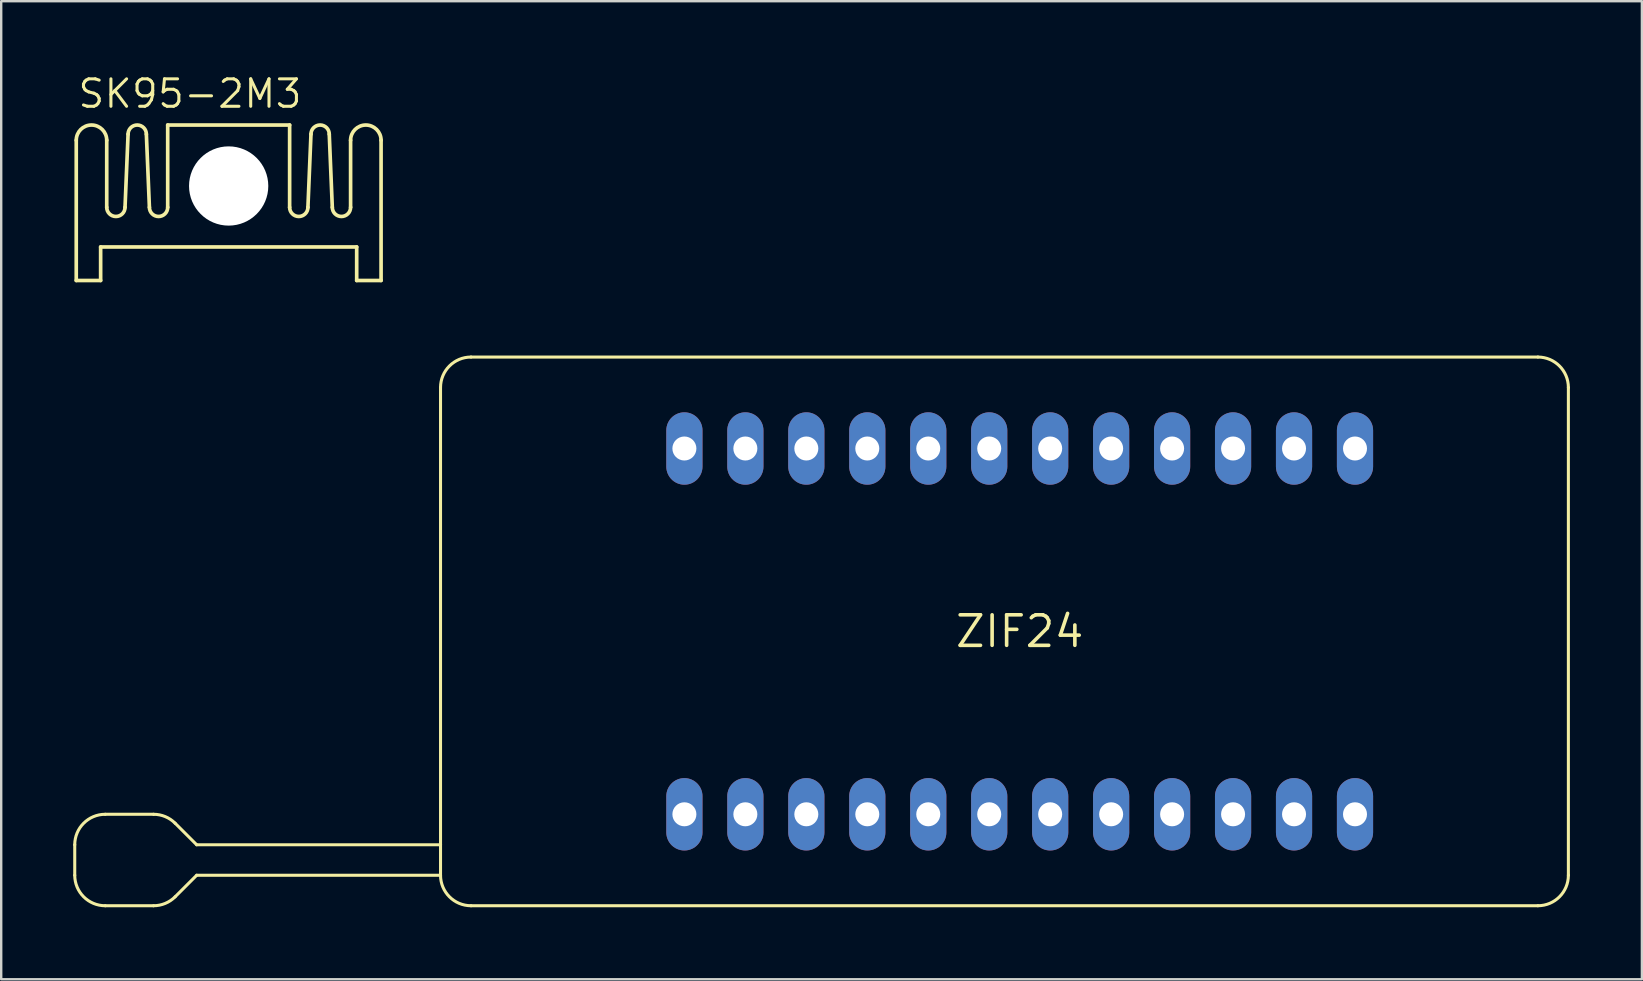
<source format=kicad_pcb>
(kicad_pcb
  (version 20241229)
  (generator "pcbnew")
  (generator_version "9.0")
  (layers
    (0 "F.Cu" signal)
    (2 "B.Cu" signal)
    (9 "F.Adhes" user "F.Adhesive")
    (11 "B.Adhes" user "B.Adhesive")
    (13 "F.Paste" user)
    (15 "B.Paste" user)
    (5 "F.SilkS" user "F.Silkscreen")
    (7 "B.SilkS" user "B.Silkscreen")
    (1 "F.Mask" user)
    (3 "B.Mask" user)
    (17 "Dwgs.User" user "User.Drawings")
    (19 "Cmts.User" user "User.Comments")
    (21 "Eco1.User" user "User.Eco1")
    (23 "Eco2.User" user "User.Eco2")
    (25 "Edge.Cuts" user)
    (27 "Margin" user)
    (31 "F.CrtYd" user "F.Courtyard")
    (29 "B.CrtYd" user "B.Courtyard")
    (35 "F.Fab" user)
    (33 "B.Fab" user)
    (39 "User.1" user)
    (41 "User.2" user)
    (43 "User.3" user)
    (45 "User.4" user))
  (footprint "ZIF24"
    (layer "F.Cu")
    (at 39.434 23.256)
    (property "Reference" "ZIF24" (at 0 0 0) (layer "F.SilkS") (effects (font (size 1.27 1.27) (thickness 0.15))))
    (fp_line (start -39.37 8.89) (end -39.37 10.16) (stroke (width 0.127) (type solid)) (layer "F.SilkS"))
    (fp_line (start -38.1 11.43) (end -36.086 11.43) (stroke (width 0.127) (type solid)) (layer "F.SilkS"))
    (fp_line (start -36.086 7.62) (end -38.1 7.62) (stroke (width 0.127) (type solid)) (layer "F.SilkS"))
    (fp_line (start -35.188 11.058) (end -34.29 10.16) (stroke (width 0.127) (type solid)) (layer "F.SilkS"))
    (fp_line (start -34.29 8.89) (end -35.188 7.992) (stroke (width 0.127) (type solid)) (layer "F.SilkS"))
    (fp_line (start -34.29 10.16) (end -24.13 10.16) (stroke (width 0.127) (type solid)) (layer "F.SilkS"))
    (fp_line (start -24.13 8.89) (end -34.29 8.89) (stroke (width 0.127) (type solid)) (layer "F.SilkS"))
    (fp_line (start -24.13 8.89) (end -24.13 -10.16) (stroke (width 0.127) (type solid)) (layer "F.SilkS"))
    (fp_line (start -24.13 10.16) (end -24.13 8.89) (stroke (width 0.127) (type solid)) (layer "F.SilkS"))
    (fp_line (start -22.86 -11.43) (end 21.59 -11.43) (stroke (width 0.127) (type solid)) (layer "F.SilkS"))
    (fp_line (start 21.59 11.43) (end -22.86 11.43) (stroke (width 0.127) (type solid)) (layer "F.SilkS"))
    (fp_line (start 22.86 -10.16) (end 22.86 10.16) (stroke (width 0.127) (type solid)) (layer "F.SilkS"))
    (fp_arc (start -39.37 8.89) (mid -38.998026 7.991974) (end -38.1 7.62) (stroke (width 0.127) (type solid)) (layer "F.SilkS"))
    (fp_arc (start -38.1 11.43) (mid -38.998026 11.058026) (end -39.37 10.16) (stroke (width 0.127) (type solid)) (layer "F.SilkS"))
    (fp_arc (start -36.08605 7.62) (mid -35.600042 7.716673) (end -35.188025 7.991975) (stroke (width 0.127) (type solid)) (layer "F.SilkS"))
    (fp_arc (start -35.188025 11.058025) (mid -35.600042 11.333327) (end -36.08605 11.43) (stroke (width 0.127) (type solid)) (layer "F.SilkS"))
    (fp_arc (start -24.13 -10.16) (mid -23.758026 -11.058026) (end -22.86 -11.43) (stroke (width 0.127) (type solid)) (layer "F.SilkS"))
    (fp_arc (start -22.86 11.43) (mid -23.758026 11.058026) (end -24.13 10.16) (stroke (width 0.127) (type solid)) (layer "F.SilkS"))
    (fp_arc (start 21.59 -11.43) (mid 22.488026 -11.058026) (end 22.86 -10.16) (stroke (width 0.127) (type solid)) (layer "F.SilkS"))
    (fp_arc (start 22.86 10.16) (mid 22.488026 11.058026) (end 21.59 11.43) (stroke (width 0.127) (type solid)) (layer "F.SilkS"))
    (pad "1" thru_hole oval (at -13.97 7.62 90) (size 3.016 1.508) (drill 1) (layers "*.Cu" "*.Mask"))
    (pad "2" thru_hole oval (at -11.43 7.62 90) (size 3.016 1.508) (drill 1) (layers "*.Cu" "*.Mask"))
    (pad "3" thru_hole oval (at -8.89 7.62 90) (size 3.016 1.508) (drill 1) (layers "*.Cu" "*.Mask"))
    (pad "4" thru_hole oval (at -6.35 7.62 90) (size 3.016 1.508) (drill 1) (layers "*.Cu" "*.Mask"))
    (pad "5" thru_hole oval (at -3.81 7.62 90) (size 3.016 1.508) (drill 1) (layers "*.Cu" "*.Mask"))
    (pad "6" thru_hole oval (at -1.27 7.62 90) (size 3.016 1.508) (drill 1) (layers "*.Cu" "*.Mask"))
    (pad "7" thru_hole oval (at 1.27 7.62 90) (size 3.016 1.508) (drill 1) (layers "*.Cu" "*.Mask"))
    (pad "8" thru_hole oval (at 3.81 7.62 90) (size 3.016 1.508) (drill 1) (layers "*.Cu" "*.Mask"))
    (pad "9" thru_hole oval (at 6.35 7.62 90) (size 3.016 1.508) (drill 1) (layers "*.Cu" "*.Mask"))
    (pad "10" thru_hole oval (at 8.89 7.62 90) (size 3.016 1.508) (drill 1) (layers "*.Cu" "*.Mask"))
    (pad "11" thru_hole oval (at 11.43 7.62 90) (size 3.016 1.508) (drill 1) (layers "*.Cu" "*.Mask"))
    (pad "12" thru_hole oval (at 13.97 7.62 90) (size 3.016 1.508) (drill 1) (layers "*.Cu" "*.Mask"))
    (pad "13" thru_hole oval (at 13.97 -7.62 90) (size 3.016 1.508) (drill 1) (layers "*.Cu" "*.Mask"))
    (pad "14" thru_hole oval (at 11.43 -7.62 90) (size 3.016 1.508) (drill 1) (layers "*.Cu" "*.Mask"))
    (pad "15" thru_hole oval (at 8.89 -7.62 90) (size 3.016 1.508) (drill 1) (layers "*.Cu" "*.Mask"))
    (pad "16" thru_hole oval (at 6.35 -7.62 90) (size 3.016 1.508) (drill 1) (layers "*.Cu" "*.Mask"))
    (pad "17" thru_hole oval (at 3.81 -7.62 90) (size 3.016 1.508) (drill 1) (layers "*.Cu" "*.Mask"))
    (pad "18" thru_hole oval (at 1.27 -7.62 90) (size 3.016 1.508) (drill 1) (layers "*.Cu" "*.Mask"))
    (pad "19" thru_hole oval (at -1.27 -7.62 90) (size 3.016 1.508) (drill 1) (layers "*.Cu" "*.Mask"))
    (pad "20" thru_hole oval (at -3.81 -7.62 90) (size 3.016 1.508) (drill 1) (layers "*.Cu" "*.Mask"))
    (pad "21" thru_hole oval (at -6.35 -7.62 90) (size 3.016 1.508) (drill 1) (layers "*.Cu" "*.Mask"))
    (pad "22" thru_hole oval (at -8.89 -7.62 90) (size 3.016 1.508) (drill 1) (layers "*.Cu" "*.Mask"))
    (pad "23" thru_hole oval (at -11.43 -7.62 90) (size 3.016 1.508) (drill 1) (layers "*.Cu" "*.Mask"))
    (pad "24" thru_hole oval (at -13.97 -7.62 90) (size 3.016 1.508) (drill 1) (layers "*.Cu" "*.Mask")))
  (footprint "SK95-2M3"
    (layer "F.Cu")
    (at 6.477 7.239)
    (property "Reference" "SK95-2M3" (at -6.35 -5.715 0) (layer "F.SilkS") (effects (font (size 1.143 1.143) (thickness 0.127)) (justify left bottom)))
    (fp_line (start -6.35 1.397) (end -6.35 -4.445) (stroke (width 0.152) (type solid)) (layer "F.SilkS"))
    (fp_line (start -5.334 0) (end -5.334 1.397) (stroke (width 0.152) (type solid)) (layer "F.SilkS"))
    (fp_line (start -5.334 1.397) (end -6.35 1.397) (stroke (width 0.152) (type solid)) (layer "F.SilkS"))
    (fp_line (start -5.08 -1.651) (end -5.08 -4.445) (stroke (width 0.152) (type solid)) (layer "F.SilkS"))
    (fp_line (start -4.191 -4.699) (end -4.318 -1.651) (stroke (width 0.152) (type solid)) (layer "F.SilkS"))
    (fp_line (start -3.302 -1.651) (end -3.429 -4.699) (stroke (width 0.152) (type solid)) (layer "F.SilkS"))
    (fp_line (start -2.54 -1.651) (end -2.54 -5.08) (stroke (width 0.152) (type solid)) (layer "F.SilkS"))
    (fp_line (start 2.54 -5.08) (end -2.54 -5.08) (stroke (width 0.152) (type solid)) (layer "F.SilkS"))
    (fp_line (start 2.54 -5.08) (end 2.54 -1.651) (stroke (width 0.152) (type solid)) (layer "F.SilkS"))
    (fp_line (start 3.429 -4.699) (end 3.302 -1.651) (stroke (width 0.152) (type solid)) (layer "F.SilkS"))
    (fp_line (start 4.191 -4.699) (end 4.318 -1.651) (stroke (width 0.152) (type solid)) (layer "F.SilkS"))
    (fp_line (start 5.08 -1.651) (end 5.08 -4.445) (stroke (width 0.152) (type solid)) (layer "F.SilkS"))
    (fp_line (start 5.334 0) (end -5.334 0) (stroke (width 0.152) (type solid)) (layer "F.SilkS"))
    (fp_line (start 5.334 0) (end 5.334 1.397) (stroke (width 0.152) (type solid)) (layer "F.SilkS"))
    (fp_line (start 6.35 -4.445) (end 6.35 1.397) (stroke (width 0.152) (type solid)) (layer "F.SilkS"))
    (fp_line (start 6.35 1.397) (end 5.334 1.397) (stroke (width 0.152) (type solid)) (layer "F.SilkS"))
    (fp_arc (start -6.35 -4.445) (mid -5.715 -5.08) (end -5.08 -4.445) (stroke (width 0.1524) (type solid)) (layer "F.SilkS"))
    (fp_arc (start -4.318 -1.651) (mid -4.699 -1.27) (end -5.08 -1.651) (stroke (width 0.1524) (type solid)) (layer "F.SilkS"))
    (fp_arc (start -4.191 -4.699) (mid -3.81 -5.08) (end -3.429 -4.699) (stroke (width 0.1524) (type solid)) (layer "F.SilkS"))
    (fp_arc (start -2.54 -1.651) (mid -2.921 -1.27) (end -3.302 -1.651) (stroke (width 0.1524) (type solid)) (layer "F.SilkS"))
    (fp_arc (start 3.302 -1.651) (mid 2.921 -1.27) (end 2.54 -1.651) (stroke (width 0.1524) (type solid)) (layer "F.SilkS"))
    (fp_arc (start 3.429 -4.699) (mid 3.81 -5.08) (end 4.191 -4.699) (stroke (width 0.1524) (type solid)) (layer "F.SilkS"))
    (fp_arc (start 5.08 -4.445) (mid 5.715 -5.08) (end 6.35 -4.445) (stroke (width 0.1524) (type solid)) (layer "F.SilkS"))
    (fp_arc (start 5.08 -1.651) (mid 4.699 -1.27) (end 4.318 -1.651) (stroke (width 0.1524) (type solid)) (layer "F.SilkS"))
    (pad "" np_thru_hole circle (at 0 -2.54) (size 3.302 3.302) (drill 3.302) (layers "*.Cu" "*.Mask"))
    (zone (net_name "") (layer "F.Cu") (hatch edge 0.5) (connect_pads) (min_thickness 0.25) (filled_areas_thickness no) (keepout (tracks not_allowed) (vias not_allowed) (pads not_allowed) (copperpour not_allowed) (footprints allowed)) (placement (enabled no)) (fill) (polygon (pts (xy 0 8.763) (xy 1.27 8.763) (xy 1.27 2.032) (xy 0 2.032))))
    (zone (net_name "") (layer "F.Cu") (hatch edge 0.5) (connect_pads) (min_thickness 0.25) (filled_areas_thickness no) (keepout (tracks not_allowed) (vias not_allowed) (pads not_allowed) (copperpour not_allowed) (footprints allowed)) (placement (enabled no)) (fill) (polygon (pts (xy 1.016 7.366) (xy 11.938 7.366) (xy 11.938 2.032) (xy 1.016 2.032))))
    (zone (net_name "") (layer "F.Cu") (hatch edge 0.5) (connect_pads) (min_thickness 0.25) (filled_areas_thickness no) (keepout (tracks not_allowed) (vias not_allowed) (pads not_allowed) (copperpour not_allowed) (footprints allowed)) (placement (enabled no)) (fill) (polygon (pts (xy 11.684 8.763) (xy 12.954 8.763) (xy 12.954 2.032) (xy 11.684 2.032))))
    (zone (net_name "") (layers "F.Cu" "B.Cu") (hatch edge 0.5) (connect_pads) (min_thickness 0.25) (filled_areas_thickness no) (keepout (tracks allowed) (vias not_allowed) (pads allowed) (copperpour allowed) (footprints allowed)) (placement (enabled no)) (fill) (polygon (pts (xy 0 8.763) (xy 1.27 8.763) (xy 1.27 2.032) (xy 0 2.032))))
    (zone (net_name "") (layers "F.Cu" "B.Cu") (hatch edge 0.5) (connect_pads) (min_thickness 0.25) (filled_areas_thickness no) (keepout (tracks allowed) (vias not_allowed) (pads allowed) (copperpour allowed) (footprints allowed)) (placement (enabled no)) (fill) (polygon (pts (xy 1.016 7.366) (xy 11.938 7.366) (xy 11.938 2.032) (xy 1.016 2.032))))
    (zone (net_name "") (layers "F.Cu" "B.Cu") (hatch edge 0.5) (connect_pads) (min_thickness 0.25) (filled_areas_thickness no) (keepout (tracks allowed) (vias not_allowed) (pads allowed) (copperpour allowed) (footprints allowed)) (placement (enabled no)) (fill) (polygon (pts (xy 11.684 8.763) (xy 12.954 8.763) (xy 12.954 2.032) (xy 11.684 2.032))))
    (zone (net_name "") (layer "B.Cu") (hatch edge 0.5) (connect_pads) (min_thickness 0.25) (filled_areas_thickness no) (keepout (tracks not_allowed) (vias not_allowed) (pads not_allowed) (copperpour not_allowed) (footprints allowed)) (placement (enabled no)) (fill) (polygon (pts (xy 10.033 4.699) (xy 10.013 4.321) (xy 9.953 3.947) (xy 9.853 3.582) (xy 9.715 3.23) (xy 9.541 2.894) (xy 9.331 2.578) (xy 9.09 2.287) (xy 8.819 2.023) (xy 8.521 1.789) (xy 8.2 1.588) (xy 7.86 1.423) (xy 7.504 1.294) (xy 7.136 1.205) (xy 6.761 1.154) (xy 6.382 1.144) (xy 6.005 1.174) (xy 5.633 1.245) (xy 5.271 1.354) (xy 4.922 1.501) (xy 4.591 1.684) (xy 4.281 1.902) (xy 3.996 2.151) (xy 3.739 2.429) (xy 3.514 2.733) (xy 3.322 3.059) (xy 3.165 3.404) (xy 3.046 3.763) (xy 2.966 4.133) (xy 2.926 4.51) (xy 2.926 4.888) (xy 2.966 5.265) (xy 3.046 5.635) (xy 3.165 5.994) (xy 3.322 6.339) (xy 3.514 6.665) (xy 3.739 6.969) (xy 3.996 7.247) (xy 4.281 7.496) (xy 4.591 7.714) (xy 4.922 7.897) (xy 5.271 8.044) (xy 5.633 8.153) (xy 6.005 8.224) (xy 6.382 8.254) (xy 6.761 8.244) (xy 7.136 8.193) (xy 7.504 8.104) (xy 7.86 7.975) (xy 8.2 7.81) (xy 8.521 7.609) (xy 8.819 7.375) (xy 9.09 7.111) (xy 9.331 6.82) (xy 9.541 6.504) (xy 9.715 6.168) (xy 9.853 5.816) (xy 9.953 5.451) (xy 10.013 5.077))) (polygon (pts (xy 8.255 4.699) (xy 8.235 4.434) (xy 8.176 4.175) (xy 8.079 3.928) (xy 7.946 3.697) (xy 7.78 3.49) (xy 7.586 3.309) (xy 7.366 3.159) (xy 7.127 3.044) (xy 6.873 2.966) (xy 6.61 2.926) (xy 6.344 2.926) (xy 6.081 2.966) (xy 5.827 3.044) (xy 5.588 3.159) (xy 5.368 3.309) (xy 5.174 3.49) (xy 5.008 3.697) (xy 4.875 3.928) (xy 4.778 4.175) (xy 4.719 4.434) (xy 4.699 4.699) (xy 4.719 4.964) (xy 4.778 5.223) (xy 4.875 5.47) (xy 5.008 5.701) (xy 5.174 5.908) (xy 5.368 6.089) (xy 5.588 6.239) (xy 5.827 6.354) (xy 6.081 6.432) (xy 6.344 6.472) (xy 6.61 6.472) (xy 6.873 6.432) (xy 7.127 6.354) (xy 7.366 6.239) (xy 7.586 6.089) (xy 7.78 5.908) (xy 7.946 5.701) (xy 8.079 5.47) (xy 8.176 5.223) (xy 8.235 4.964)))))
  (gr_rect
    (start -3 -3)
    (end 65.357 37.75)
    (stroke (width 0.1) (type default))
    (fill no)
    (layer "Edge.Cuts")))
</source>
